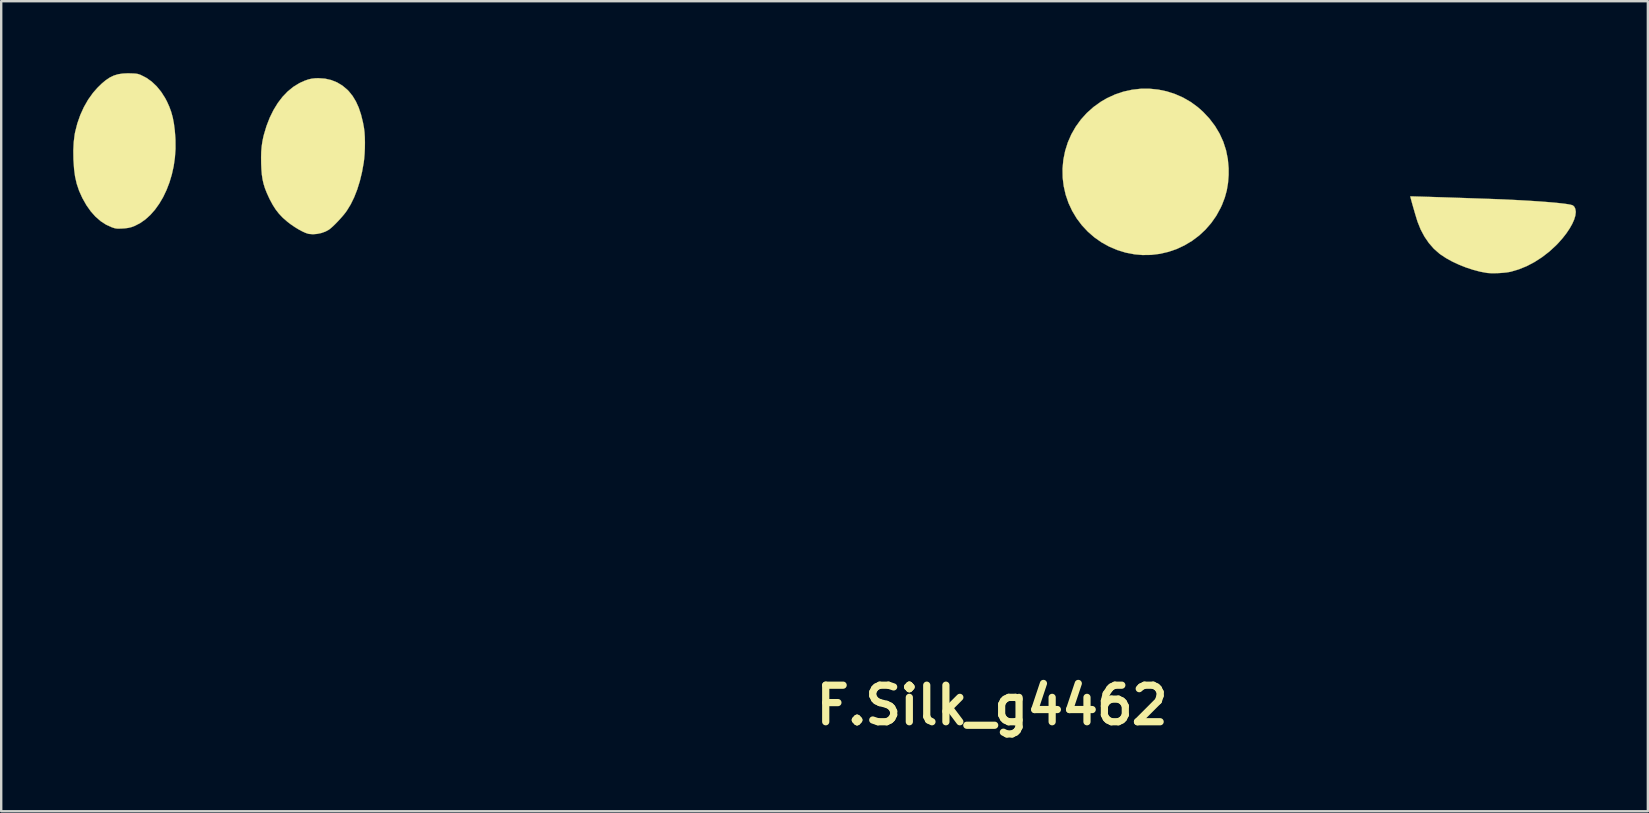
<source format=kicad_pcb>
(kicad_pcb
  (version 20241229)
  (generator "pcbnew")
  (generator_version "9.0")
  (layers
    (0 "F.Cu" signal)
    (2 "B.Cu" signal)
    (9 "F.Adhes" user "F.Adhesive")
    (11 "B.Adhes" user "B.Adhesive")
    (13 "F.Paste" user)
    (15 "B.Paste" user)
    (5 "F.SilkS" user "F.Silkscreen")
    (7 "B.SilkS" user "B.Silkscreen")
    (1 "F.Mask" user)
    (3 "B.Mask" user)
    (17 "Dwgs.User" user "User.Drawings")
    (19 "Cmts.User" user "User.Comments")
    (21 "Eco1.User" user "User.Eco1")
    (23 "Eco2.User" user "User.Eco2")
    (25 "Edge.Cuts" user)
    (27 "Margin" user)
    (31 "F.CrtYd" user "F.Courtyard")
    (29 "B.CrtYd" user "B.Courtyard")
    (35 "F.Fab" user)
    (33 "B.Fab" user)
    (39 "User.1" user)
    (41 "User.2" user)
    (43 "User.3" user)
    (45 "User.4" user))
  (footprint "F.Silk_g4462"
    (layer "F.Cu")
    (at 38.285 26.333)
    (property "Reference" "F.Silk_g4462" (at 0 0 0) (layer "F.SilkS") (effects (font (size 1.524 1.524) (thickness 0.3))))
    (attr through_hole)
    (fp_poly (pts (xy 6.924 -25.65) (xy 7.279 -25.576) (xy 7.624 -25.465) (xy 7.958 -25.318) (xy 8.277 -25.134) (xy 8.577 -24.914) (xy 8.789 -24.726) (xy 9.059 -24.438) (xy 9.29 -24.133) (xy 9.482 -23.812) (xy 9.635 -23.475) (xy 9.749 -23.122) (xy 9.823 -22.755) (xy 9.857 -22.374) (xy 9.857 -22.09) (xy 9.831 -21.757) (xy 9.779 -21.447) (xy 9.696 -21.148) (xy 9.581 -20.848) (xy 9.523 -20.723) (xy 9.344 -20.395) (xy 9.132 -20.092) (xy 8.891 -19.815) (xy 8.624 -19.567) (xy 8.334 -19.349) (xy 8.023 -19.163) (xy 7.695 -19.009) (xy 7.352 -18.891) (xy 6.997 -18.808) (xy 6.634 -18.763) (xy 6.264 -18.758) (xy 5.943 -18.786) (xy 5.57 -18.857) (xy 5.214 -18.966) (xy 4.875 -19.111) (xy 4.557 -19.288) (xy 4.26 -19.496) (xy 3.989 -19.733) (xy 3.743 -19.996) (xy 3.526 -20.284) (xy 3.34 -20.594) (xy 3.186 -20.923) (xy 3.067 -21.27) (xy 2.985 -21.633) (xy 2.943 -21.976) (xy 2.937 -22.359) (xy 2.972 -22.733) (xy 3.046 -23.098) (xy 3.157 -23.45) (xy 3.304 -23.786) (xy 3.486 -24.104) (xy 3.702 -24.402) (xy 3.949 -24.676) (xy 4.227 -24.924) (xy 4.533 -25.144) (xy 4.784 -25.29) (xy 5.126 -25.448) (xy 5.478 -25.566) (xy 5.838 -25.645) (xy 6.2 -25.685) (xy 6.563 -25.686) (xy 6.924 -25.65)) (stroke (width 0.01) (type solid)) (fill yes) (layer "F.SilkS"))
    (fp_poly (pts (xy -35.909 -26.326) (xy -35.786 -26.322) (xy -35.694 -26.316) (xy -35.624 -26.307) (xy -35.565 -26.293) (xy -35.506 -26.273) (xy -35.468 -26.258) (xy -35.233 -26.138) (xy -35.011 -25.98) (xy -34.806 -25.785) (xy -34.619 -25.556) (xy -34.452 -25.293) (xy -34.38 -25.157) (xy -34.282 -24.94) (xy -34.201 -24.719) (xy -34.137 -24.485) (xy -34.089 -24.233) (xy -34.053 -23.956) (xy -34.029 -23.646) (xy -34.024 -23.548) (xy -34.022 -23.179) (xy -34.048 -22.815) (xy -34.099 -22.458) (xy -34.176 -22.113) (xy -34.275 -21.781) (xy -34.397 -21.466) (xy -34.538 -21.17) (xy -34.699 -20.897) (xy -34.877 -20.648) (xy -35.071 -20.428) (xy -35.28 -20.239) (xy -35.501 -20.084) (xy -35.734 -19.966) (xy -35.867 -19.918) (xy -35.99 -19.888) (xy -36.136 -19.869) (xy -36.258 -19.862) (xy -36.367 -19.858) (xy -36.447 -19.859) (xy -36.511 -19.866) (xy -36.573 -19.88) (xy -36.645 -19.903) (xy -36.674 -19.913) (xy -36.913 -20.021) (xy -37.14 -20.168) (xy -37.354 -20.354) (xy -37.552 -20.576) (xy -37.735 -20.835) (xy -37.901 -21.128) (xy -37.905 -21.137) (xy -38.039 -21.433) (xy -38.138 -21.726) (xy -38.207 -22.029) (xy -38.247 -22.331) (xy -38.275 -22.736) (xy -38.28 -23.114) (xy -38.263 -23.461) (xy -38.224 -23.775) (xy -38.204 -23.881) (xy -38.112 -24.243) (xy -37.989 -24.592) (xy -37.838 -24.924) (xy -37.661 -25.233) (xy -37.461 -25.513) (xy -37.275 -25.725) (xy -37.094 -25.902) (xy -36.925 -26.043) (xy -36.761 -26.153) (xy -36.596 -26.233) (xy -36.422 -26.287) (xy -36.233 -26.317) (xy -36.022 -26.328) (xy -35.909 -26.326)) (stroke (width 0.01) (type solid)) (fill yes) (layer "F.SilkS"))
    (fp_poly (pts (xy -27.792 -26.106) (xy -27.533 -26.047) (xy -27.291 -25.95) (xy -27.067 -25.815) (xy -26.861 -25.642) (xy -26.795 -25.573) (xy -26.64 -25.379) (xy -26.505 -25.155) (xy -26.389 -24.899) (xy -26.292 -24.608) (xy -26.212 -24.282) (xy -26.17 -24.056) (xy -26.148 -23.879) (xy -26.135 -23.672) (xy -26.13 -23.444) (xy -26.133 -23.208) (xy -26.144 -22.973) (xy -26.163 -22.751) (xy -26.181 -22.606) (xy -26.252 -22.211) (xy -26.343 -21.836) (xy -26.452 -21.485) (xy -26.579 -21.162) (xy -26.722 -20.869) (xy -26.879 -20.612) (xy -26.939 -20.528) (xy -27.027 -20.418) (xy -27.131 -20.298) (xy -27.242 -20.176) (xy -27.355 -20.059) (xy -27.463 -19.954) (xy -27.558 -19.87) (xy -27.63 -19.814) (xy -27.773 -19.736) (xy -27.94 -19.676) (xy -28.118 -19.638) (xy -28.295 -19.624) (xy -28.458 -19.637) (xy -28.495 -19.644) (xy -28.606 -19.681) (xy -28.74 -19.742) (xy -28.889 -19.822) (xy -29.046 -19.918) (xy -29.203 -20.024) (xy -29.351 -20.136) (xy -29.369 -20.151) (xy -29.551 -20.31) (xy -29.707 -20.474) (xy -29.845 -20.65) (xy -29.972 -20.848) (xy -30.095 -21.077) (xy -30.121 -21.131) (xy -30.217 -21.341) (xy -30.294 -21.535) (xy -30.352 -21.721) (xy -30.395 -21.909) (xy -30.425 -22.111) (xy -30.443 -22.335) (xy -30.453 -22.564) (xy -30.456 -22.83) (xy -30.45 -23.066) (xy -30.432 -23.279) (xy -30.403 -23.481) (xy -30.362 -23.681) (xy -30.344 -23.755) (xy -30.232 -24.13) (xy -30.097 -24.478) (xy -29.939 -24.799) (xy -29.761 -25.09) (xy -29.563 -25.349) (xy -29.347 -25.574) (xy -29.114 -25.764) (xy -28.866 -25.916) (xy -28.818 -25.94) (xy -28.647 -26.017) (xy -28.494 -26.071) (xy -28.348 -26.105) (xy -28.195 -26.122) (xy -28.067 -26.125) (xy -27.792 -26.106)) (stroke (width 0.01) (type solid)) (fill yes) (layer "F.SilkS"))
    (fp_poly (pts (xy 17.508 -21.2) (xy 17.604 -21.198) (xy 17.731 -21.194) (xy 17.886 -21.19) (xy 18.065 -21.184) (xy 18.266 -21.178) (xy 18.483 -21.171) (xy 18.715 -21.164) (xy 18.957 -21.156) (xy 19.205 -21.148) (xy 19.457 -21.139) (xy 19.708 -21.131) (xy 19.955 -21.122) (xy 20.194 -21.114) (xy 20.423 -21.106) (xy 20.636 -21.099) (xy 20.832 -21.092) (xy 21.005 -21.086) (xy 21.153 -21.08) (xy 21.272 -21.075) (xy 21.359 -21.072) (xy 21.368 -21.071) (xy 21.785 -21.051) (xy 22.173 -21.03) (xy 22.533 -21.008) (xy 22.862 -20.986) (xy 23.158 -20.963) (xy 23.421 -20.941) (xy 23.649 -20.918) (xy 23.841 -20.896) (xy 23.995 -20.874) (xy 24.111 -20.852) (xy 24.185 -20.83) (xy 24.2 -20.824) (xy 24.259 -20.77) (xy 24.3 -20.685) (xy 24.319 -20.576) (xy 24.32 -20.542) (xy 24.302 -20.396) (xy 24.252 -20.231) (xy 24.171 -20.05) (xy 24.062 -19.858) (xy 23.927 -19.658) (xy 23.768 -19.455) (xy 23.589 -19.253) (xy 23.495 -19.156) (xy 23.214 -18.898) (xy 22.914 -18.667) (xy 22.601 -18.465) (xy 22.28 -18.296) (xy 21.954 -18.163) (xy 21.631 -18.067) (xy 21.573 -18.054) (xy 21.446 -18.033) (xy 21.291 -18.017) (xy 21.123 -18.005) (xy 20.953 -18) (xy 20.795 -18) (xy 20.66 -18.008) (xy 20.616 -18.013) (xy 20.337 -18.064) (xy 20.044 -18.141) (xy 19.746 -18.239) (xy 19.453 -18.356) (xy 19.172 -18.487) (xy 18.914 -18.63) (xy 18.687 -18.78) (xy 18.637 -18.817) (xy 18.407 -19.02) (xy 18.199 -19.258) (xy 18.016 -19.525) (xy 17.86 -19.818) (xy 17.733 -20.134) (xy 17.72 -20.172) (xy 17.694 -20.256) (xy 17.662 -20.361) (xy 17.626 -20.48) (xy 17.589 -20.608) (xy 17.551 -20.738) (xy 17.515 -20.864) (xy 17.483 -20.979) (xy 17.457 -21.076) (xy 17.438 -21.149) (xy 17.428 -21.193) (xy 17.427 -21.201) (xy 17.448 -21.202) (xy 17.508 -21.2)) (stroke (width 0.01) (type solid)) (fill yes) (layer "F.SilkS")))
  (gr_rect
    (start -3 -3)
    (end 65.61 30.751)
    (stroke (width 0.1) (type default))
    (fill no)
    (layer "Edge.Cuts")))
</source>
